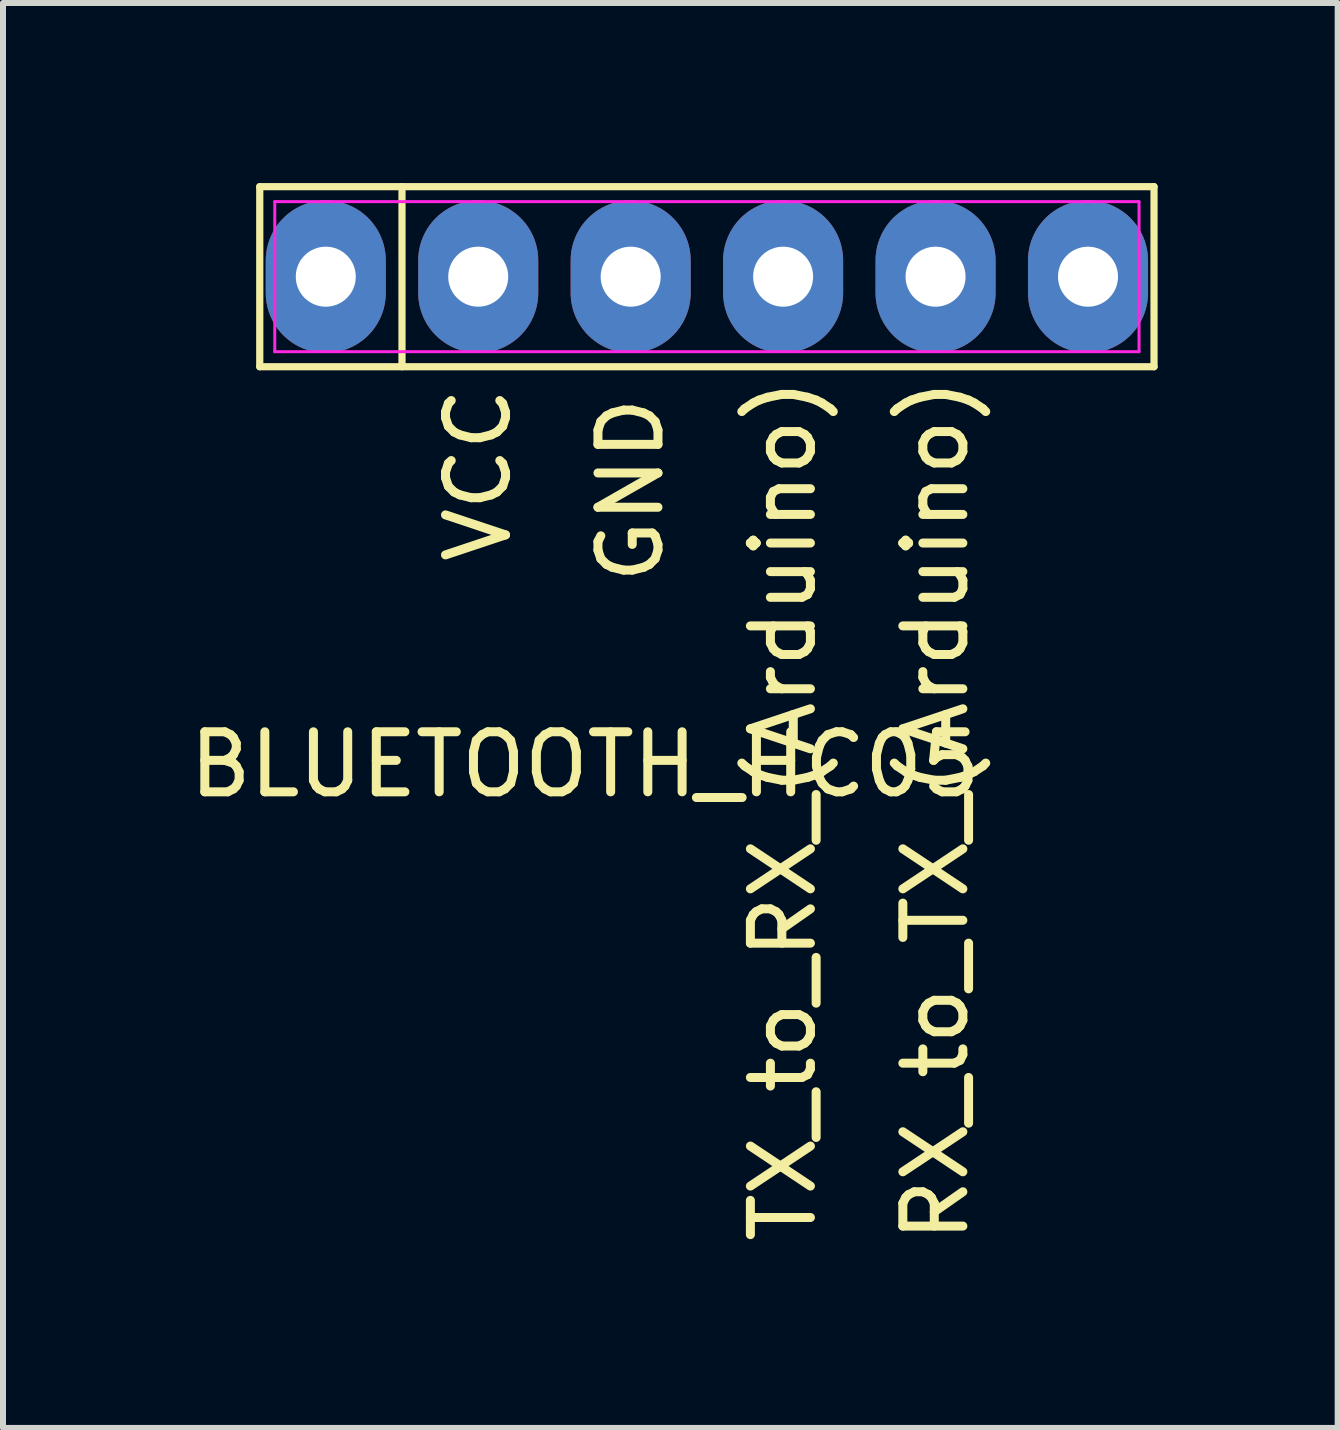
<source format=kicad_pcb>
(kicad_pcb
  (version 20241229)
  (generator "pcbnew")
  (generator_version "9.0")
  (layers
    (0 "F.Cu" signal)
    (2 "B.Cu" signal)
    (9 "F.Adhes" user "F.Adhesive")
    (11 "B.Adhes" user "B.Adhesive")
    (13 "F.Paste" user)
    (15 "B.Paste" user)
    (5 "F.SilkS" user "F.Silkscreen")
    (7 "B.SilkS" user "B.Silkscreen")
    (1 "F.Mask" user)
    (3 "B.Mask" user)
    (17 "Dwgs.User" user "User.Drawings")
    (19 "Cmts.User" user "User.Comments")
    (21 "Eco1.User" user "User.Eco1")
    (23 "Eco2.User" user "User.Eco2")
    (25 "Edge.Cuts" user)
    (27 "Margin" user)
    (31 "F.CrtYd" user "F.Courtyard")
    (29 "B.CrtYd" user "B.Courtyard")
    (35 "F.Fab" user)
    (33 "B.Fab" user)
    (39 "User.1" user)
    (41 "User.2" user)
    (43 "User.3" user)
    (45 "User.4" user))
  (footprint "BLUETOOTH_HC05"
    (layer "F.Cu")
    (at 8.728 1.56)
    (property "Reference" "BLUETOOTH_HC05" (at -2.032 8.128 0) (layer "F.SilkS") (effects (font (size 1 1) (thickness 0.15))))
    (attr through_hole)
    (fp_line (start -7.45 -1.5) (end 7.45 -1.5) (stroke (width 0.12) (type solid)) (layer "F.SilkS"))
    (fp_line (start -7.45 1.5) (end -7.45 -1.5) (stroke (width 0.12) (type solid)) (layer "F.SilkS"))
    (fp_line (start -5.08 -1.5) (end -5.08 1.5) (stroke (width 0.12) (type solid)) (layer "F.SilkS"))
    (fp_line (start 7.45 -1.5) (end 7.45 1.5) (stroke (width 0.12) (type solid)) (layer "F.SilkS"))
    (fp_line (start 7.45 1.5) (end -7.45 1.5) (stroke (width 0.12) (type solid)) (layer "F.SilkS"))
    (fp_line (start -7.2 -1.25) (end 7.2 -1.25) (stroke (width 0.05) (type solid)) (layer "F.CrtYd"))
    (fp_line (start -7.2 1.25) (end -7.2 -1.25) (stroke (width 0.05) (type solid)) (layer "F.CrtYd"))
    (fp_line (start 7.2 -1.25) (end 7.2 1.25) (stroke (width 0.05) (type solid)) (layer "F.CrtYd"))
    (fp_line (start 7.2 1.25) (end -7.2 1.25) (stroke (width 0.05) (type solid)) (layer "F.CrtYd"))
    (fp_text user "RX_to_TX_(Arduino)" (at 3.81 8.89 90) (layer "F.SilkS") (effects (font (size 1 1) (thickness 0.15))))
    (fp_text user "TX_to_RX_(Arduino)" (at 1.27 8.89 90) (layer "F.SilkS") (effects (font (size 1 1) (thickness 0.15))))
    (fp_text user "GND" (at -1.27 3.556 90) (layer "F.SilkS") (effects (font (size 1 1) (thickness 0.15))))
    (fp_text user "VCC" (at -3.81 3.302 90) (layer "F.SilkS") (effects (font (size 1 1) (thickness 0.15))))
    (pad "1" thru_hole oval (at -6.35 0) (size 2 2.54) (drill 1) (layers "*.Cu" "*.Mask"))
    (pad "2" thru_hole oval (at -3.81 0) (size 2 2.54) (drill 1) (layers "*.Cu" "*.Mask"))
    (pad "3" thru_hole oval (at -1.27 0) (size 2 2.54) (drill 1) (layers "*.Cu" "*.Mask"))
    (pad "4" thru_hole oval (at 1.27 0) (size 2 2.54) (drill 1) (layers "*.Cu" "*.Mask"))
    (pad "5" thru_hole oval (at 3.81 0) (size 2 2.54) (drill 1) (layers "*.Cu" "*.Mask"))
    (pad "6" thru_hole oval (at 6.35 0) (size 2 2.54) (drill 1) (layers "*.Cu" "*.Mask")))
  (gr_rect
    (start -3 -3)
    (end 19.238 20.742)
    (stroke (width 0.1) (type default))
    (fill no)
    (layer "Edge.Cuts")))
</source>
